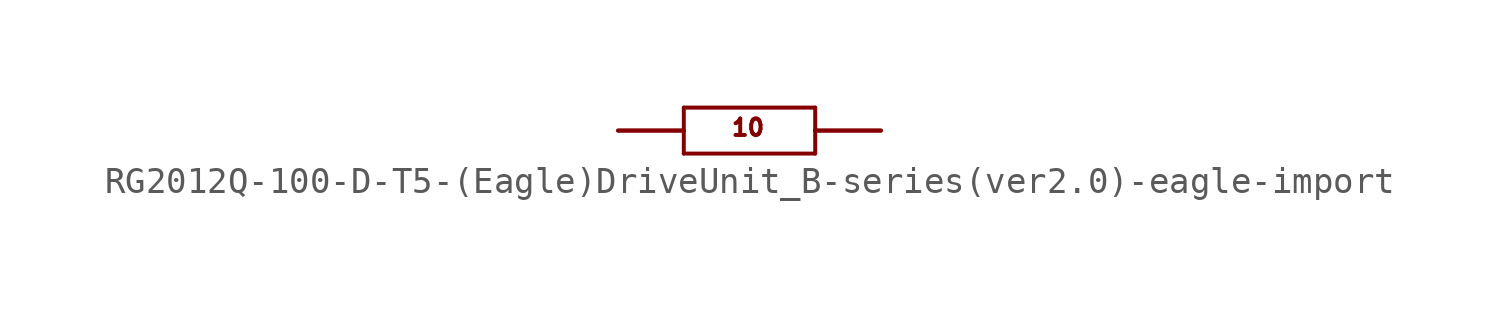
<source format=kicad_sym>
(kicad_symbol_lib
  (version 20220914)
  (generator kicad_symbol_editor)
  (symbol "RG2012Q-100-D-T5-(Eagle)DriveUnit_B-series(ver2.0)-eagle-import"
    (pin_names
      (offset 1.016))
    (property "Reference" "R"
      (at 0 0 0)
      (effects (font (size 1.27 1.27)) hide))
    (property "ki_locked" ""
      (at 0 0 0)
      (effects (font (size 1.27 1.27))))
    (symbol "RG2012Q-100-D-T5-(Eagle)DriveUnit_B-series(ver2.0)-eagle-import_1_0"
      (polyline (pts (xy -5.08 0) (xy -2.54 0)) (stroke (width 0) (type solid)) (fill (type none)))
      (polyline (pts (xy -2.54 -0.889) (xy -2.54 0)) (stroke (width 0) (type solid)) (fill (type none)))
      (polyline (pts (xy -2.54 -0.889) (xy 2.54 -0.889)) (stroke (width 0) (type solid)) (fill (type none)))
      (polyline (pts (xy -2.54 0) (xy -2.54 0.889)) (stroke (width 0) (type solid)) (fill (type none)))
      (polyline (pts (xy 2.54 -0.889) (xy 2.54 0)) (stroke (width 0) (type solid)) (fill (type none)))
      (polyline (pts (xy 2.54 0) (xy 2.54 0.889)) (stroke (width 0) (type solid)) (fill (type none)))
      (polyline (pts (xy 2.54 0) (xy 5.08 0)) (stroke (width 0) (type solid)) (fill (type none)))
      (polyline (pts (xy 2.54 0.889) (xy -2.54 0.889)) (stroke (width 0) (type solid)) (fill (type none)))
      (text "10" (at -0.762 -0.254 0) (effects (font (size 0.635 0.635)) (justify left bottom)))
      (pin bidirectional line (at 5.08 0 180) (length 2.54) (name "P$1" (effects (font (size 0 0)))) (number "LEFT" (effects (font (size 0 0)))))
      (pin bidirectional line (at -5.08 0 0) (length 2.54) (name "P$2" (effects (font (size 0 0)))) (number "RIGHT" (effects (font (size 0 0))))))))
</source>
